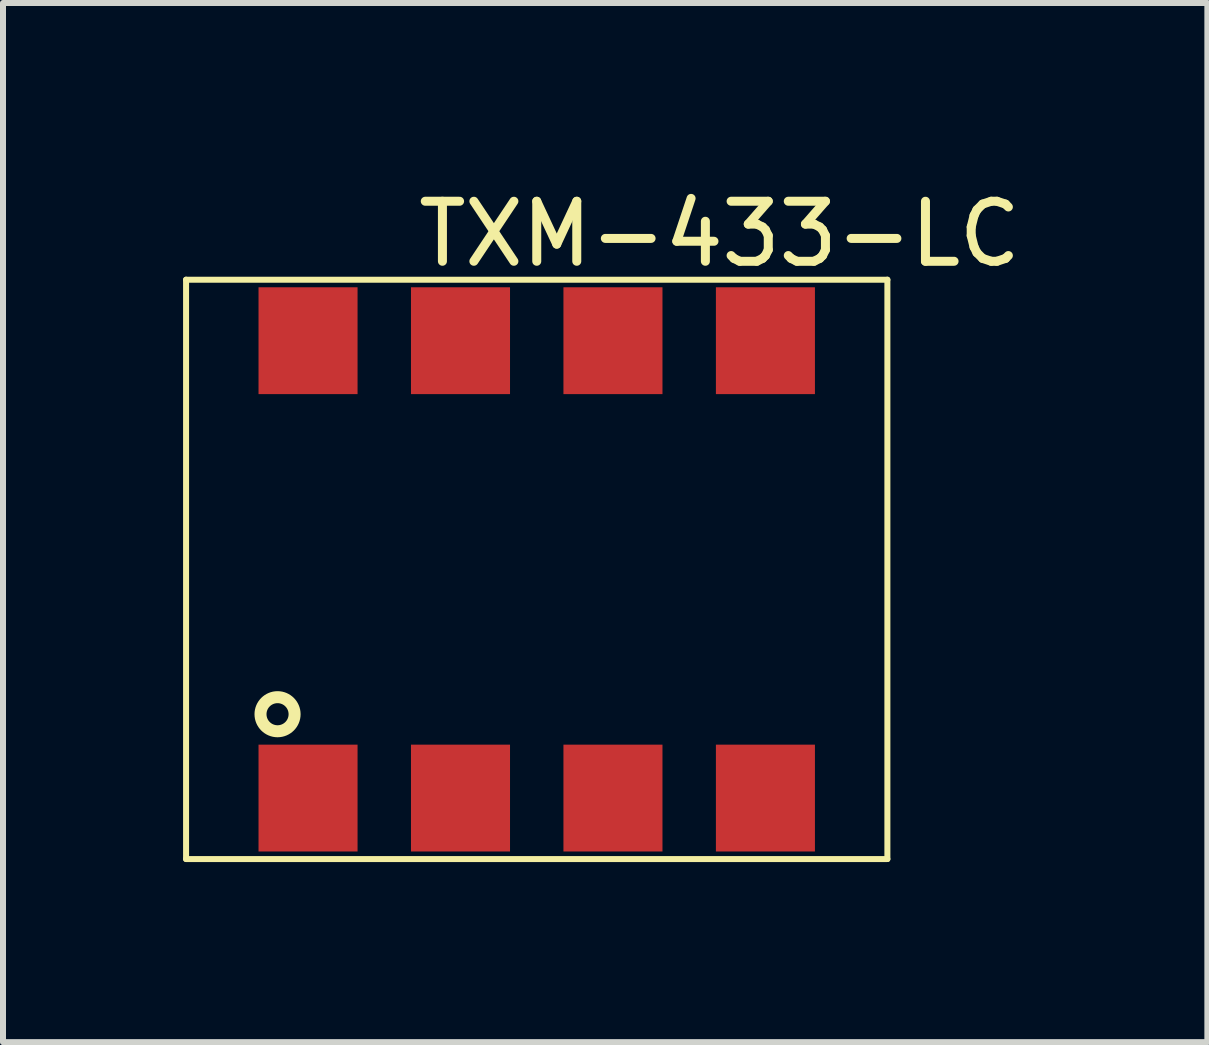
<source format=kicad_pcb>
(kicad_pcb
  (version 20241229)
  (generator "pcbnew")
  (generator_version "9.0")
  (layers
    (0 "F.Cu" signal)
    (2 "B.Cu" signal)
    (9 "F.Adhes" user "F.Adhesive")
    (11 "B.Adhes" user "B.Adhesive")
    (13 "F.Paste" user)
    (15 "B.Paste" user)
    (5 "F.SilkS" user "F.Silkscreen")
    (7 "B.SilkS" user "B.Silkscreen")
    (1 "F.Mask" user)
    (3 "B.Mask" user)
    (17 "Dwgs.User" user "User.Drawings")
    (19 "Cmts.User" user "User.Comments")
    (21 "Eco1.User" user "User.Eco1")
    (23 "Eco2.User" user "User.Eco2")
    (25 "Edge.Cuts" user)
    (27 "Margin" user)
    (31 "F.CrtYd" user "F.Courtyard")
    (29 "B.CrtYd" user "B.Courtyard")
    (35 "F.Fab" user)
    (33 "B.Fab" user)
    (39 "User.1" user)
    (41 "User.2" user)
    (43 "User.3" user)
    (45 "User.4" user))
  (footprint "TXM-433-LC"
    (layer "F.Cu")
    (at 2.082 10.246)
    (property "Reference" "TXM-433-LC" (at 6.858 -9.398 0) (layer "F.SilkS") (effects (font (size 1 1) (thickness 0.15))))
    (attr through_hole)
    (fp_line (start -2.032 -8.636) (end -2.032 1.016) (stroke (width 0.1) (type solid)) (layer "F.SilkS"))
    (fp_line (start -2.032 1.016) (end 9.652 1.016) (stroke (width 0.1) (type solid)) (layer "F.SilkS"))
    (fp_line (start 9.652 -8.636) (end -2.032 -8.636) (stroke (width 0.1) (type solid)) (layer "F.SilkS"))
    (fp_line (start 9.652 1.016) (end 9.652 -8.636) (stroke (width 0.1) (type solid)) (layer "F.SilkS"))
    (fp_circle (center -0.508 -1.397) (end -0.254 -1.27) (stroke (width 0.2) (type solid)) (fill no) (layer "F.SilkS"))
    (pad "1" smd rect (at 0 0) (size 1.65 1.78) (layers "F.Cu" "F.Mask" "F.Paste"))
    (pad "2" smd rect (at 2.54 0) (size 1.65 1.78) (layers "F.Cu" "F.Mask" "F.Paste"))
    (pad "3" smd rect (at 5.08 0) (size 1.65 1.78) (layers "F.Cu" "F.Mask" "F.Paste"))
    (pad "4" smd rect (at 7.62 0) (size 1.65 1.78) (layers "F.Cu" "F.Mask" "F.Paste"))
    (pad "5" smd rect (at 7.62 -7.62) (size 1.65 1.78) (layers "F.Cu" "F.Mask" "F.Paste"))
    (pad "6" smd rect (at 5.08 -7.62) (size 1.65 1.78) (layers "F.Cu" "F.Mask" "F.Paste"))
    (pad "7" smd rect (at 2.54 -7.62) (size 1.65 1.78) (layers "F.Cu" "F.Mask" "F.Paste"))
    (pad "8" smd rect (at 0 -7.62) (size 1.65 1.78) (layers "F.Cu" "F.Mask" "F.Paste")))
  (gr_rect
    (start -3 -3)
    (end 17.065 14.312)
    (stroke (width 0.1) (type default))
    (fill no)
    (layer "Edge.Cuts")))
</source>
